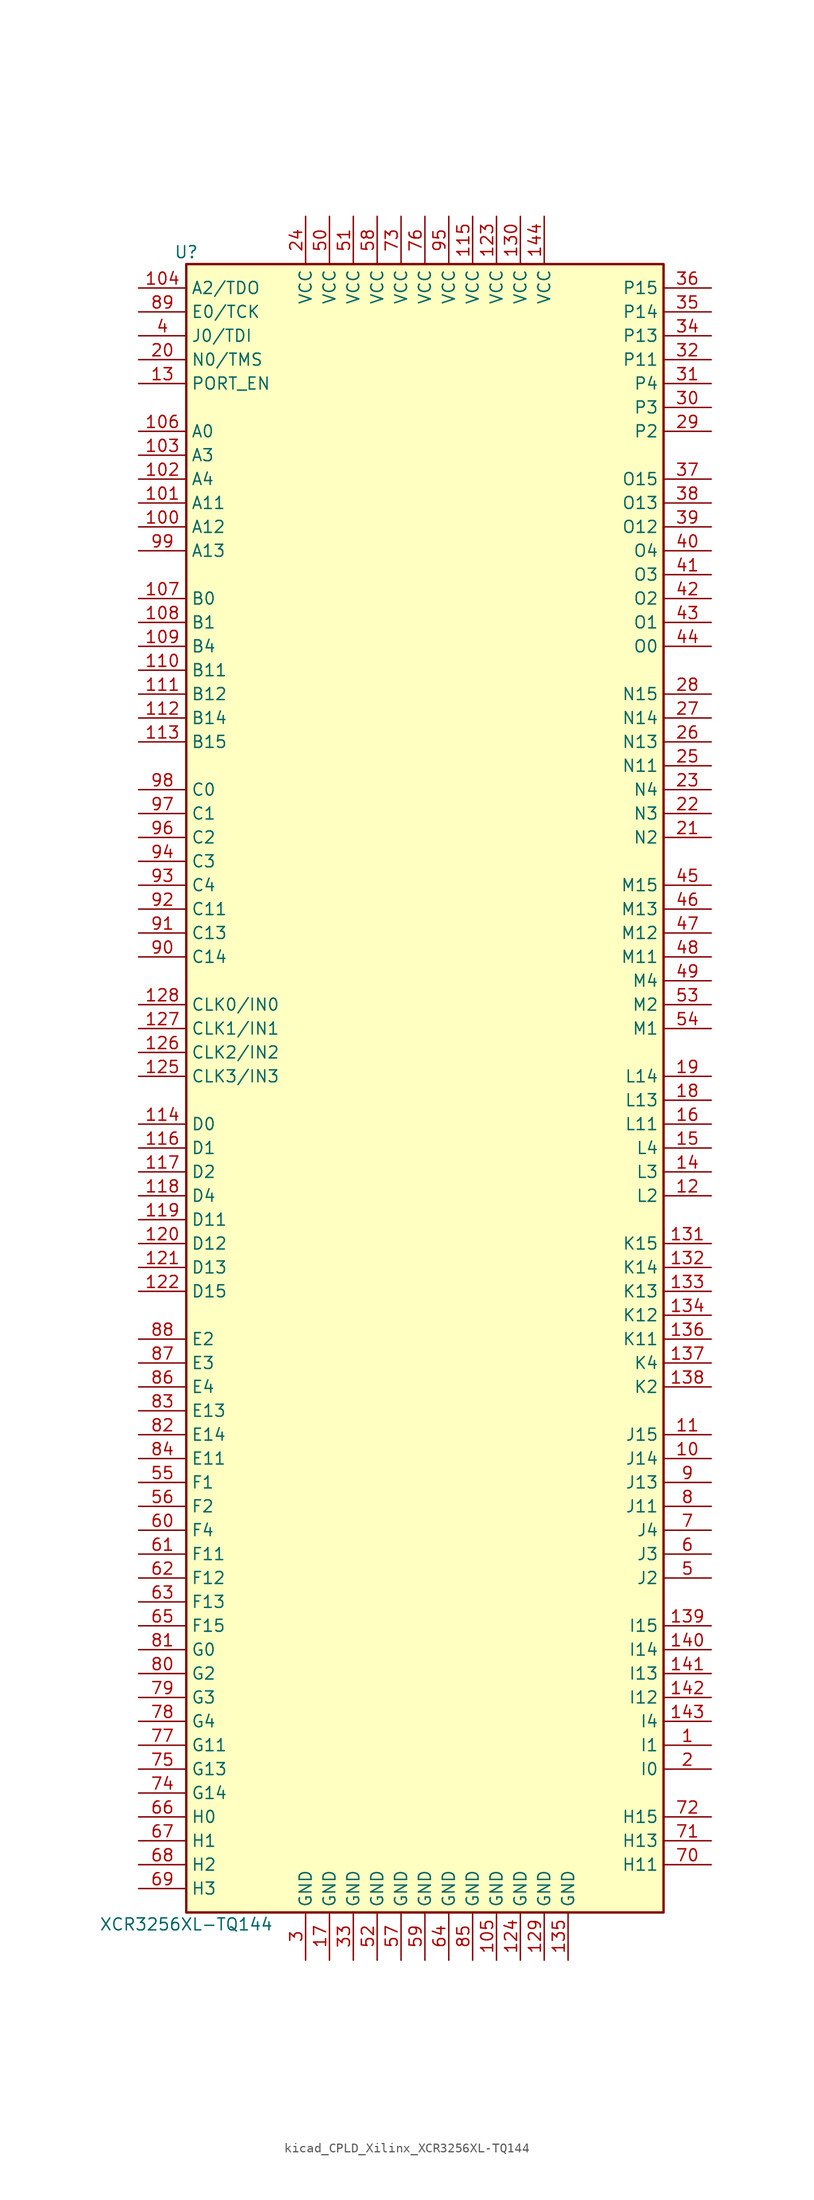
<source format=kicad_sym>
(kicad_symbol_lib
  (version 20220914)
  (generator kicad_symbol_editor)
  (symbol "kicad_CPLD_Xilinx_XCR3256XL-TQ144"
    (property "Reference" "U"
      (at -25.4 87.63 0)
      (effects (font (size 1.27 1.27))))
    (property "Value" "XCR3256XL-TQ144"
      (at -25.4 -90.17 0)
      (effects (font (size 1.27 1.27))))
    (symbol "kicad_CPLD_Xilinx_XCR3256XL-TQ144_1_1"
      (rectangle (start -25.4 86.36) (end 25.4 -88.9) (stroke (width 0.254) (type default)) (fill (type background)))
      (pin passive line (at 30.48 -71.12 180) (length 5.08) (name "I1" (effects (font (size 1.27 1.27)))) (number "1" (effects (font (size 1.27 1.27)))))
      (pin passive line (at 30.48 -40.64 180) (length 5.08) (name "J14" (effects (font (size 1.27 1.27)))) (number "10" (effects (font (size 1.27 1.27)))))
      (pin passive line (at -30.48 58.42 0) (length 5.08) (name "A12" (effects (font (size 1.27 1.27)))) (number "100" (effects (font (size 1.27 1.27)))))
      (pin passive line (at -30.48 60.96 0) (length 5.08) (name "A11" (effects (font (size 1.27 1.27)))) (number "101" (effects (font (size 1.27 1.27)))))
      (pin passive line (at -30.48 63.5 0) (length 5.08) (name "A4" (effects (font (size 1.27 1.27)))) (number "102" (effects (font (size 1.27 1.27)))))
      (pin passive line (at -30.48 66.04 0) (length 5.08) (name "A3" (effects (font (size 1.27 1.27)))) (number "103" (effects (font (size 1.27 1.27)))))
      (pin passive line (at -30.48 83.82 0) (length 5.08) (name "A2/TDO" (effects (font (size 1.27 1.27)))) (number "104" (effects (font (size 1.27 1.27)))))
      (pin power_in line (at 7.62 -93.98 90) (length 5.08) (name "GND" (effects (font (size 1.27 1.27)))) (number "105" (effects (font (size 1.27 1.27)))))
      (pin passive line (at -30.48 68.58 0) (length 5.08) (name "A0" (effects (font (size 1.27 1.27)))) (number "106" (effects (font (size 1.27 1.27)))))
      (pin passive line (at -30.48 50.8 0) (length 5.08) (name "B0" (effects (font (size 1.27 1.27)))) (number "107" (effects (font (size 1.27 1.27)))))
      (pin passive line (at -30.48 48.26 0) (length 5.08) (name "B1" (effects (font (size 1.27 1.27)))) (number "108" (effects (font (size 1.27 1.27)))))
      (pin passive line (at -30.48 45.72 0) (length 5.08) (name "B4" (effects (font (size 1.27 1.27)))) (number "109" (effects (font (size 1.27 1.27)))))
      (pin passive line (at 30.48 -38.1 180) (length 5.08) (name "J15" (effects (font (size 1.27 1.27)))) (number "11" (effects (font (size 1.27 1.27)))))
      (pin passive line (at -30.48 43.18 0) (length 5.08) (name "B11" (effects (font (size 1.27 1.27)))) (number "110" (effects (font (size 1.27 1.27)))))
      (pin passive line (at -30.48 40.64 0) (length 5.08) (name "B12" (effects (font (size 1.27 1.27)))) (number "111" (effects (font (size 1.27 1.27)))))
      (pin passive line (at -30.48 38.1 0) (length 5.08) (name "B14" (effects (font (size 1.27 1.27)))) (number "112" (effects (font (size 1.27 1.27)))))
      (pin passive line (at -30.48 35.56 0) (length 5.08) (name "B15" (effects (font (size 1.27 1.27)))) (number "113" (effects (font (size 1.27 1.27)))))
      (pin passive line (at -30.48 -5.08 0) (length 5.08) (name "D0" (effects (font (size 1.27 1.27)))) (number "114" (effects (font (size 1.27 1.27)))))
      (pin power_in line (at 5.08 91.44 270) (length 5.08) (name "VCC" (effects (font (size 1.27 1.27)))) (number "115" (effects (font (size 1.27 1.27)))))
      (pin passive line (at -30.48 -7.62 0) (length 5.08) (name "D1" (effects (font (size 1.27 1.27)))) (number "116" (effects (font (size 1.27 1.27)))))
      (pin passive line (at -30.48 -10.16 0) (length 5.08) (name "D2" (effects (font (size 1.27 1.27)))) (number "117" (effects (font (size 1.27 1.27)))))
      (pin passive line (at -30.48 -12.7 0) (length 5.08) (name "D4" (effects (font (size 1.27 1.27)))) (number "118" (effects (font (size 1.27 1.27)))))
      (pin passive line (at -30.48 -15.24 0) (length 5.08) (name "D11" (effects (font (size 1.27 1.27)))) (number "119" (effects (font (size 1.27 1.27)))))
      (pin passive line (at 30.48 -12.7 180) (length 5.08) (name "L2" (effects (font (size 1.27 1.27)))) (number "12" (effects (font (size 1.27 1.27)))))
      (pin passive line (at -30.48 -17.78 0) (length 5.08) (name "D12" (effects (font (size 1.27 1.27)))) (number "120" (effects (font (size 1.27 1.27)))))
      (pin passive line (at -30.48 -20.32 0) (length 5.08) (name "D13" (effects (font (size 1.27 1.27)))) (number "121" (effects (font (size 1.27 1.27)))))
      (pin passive line (at -30.48 -22.86 0) (length 5.08) (name "D15" (effects (font (size 1.27 1.27)))) (number "122" (effects (font (size 1.27 1.27)))))
      (pin power_in line (at 7.62 91.44 270) (length 5.08) (name "VCC" (effects (font (size 1.27 1.27)))) (number "123" (effects (font (size 1.27 1.27)))))
      (pin power_in line (at 10.16 -93.98 90) (length 5.08) (name "GND" (effects (font (size 1.27 1.27)))) (number "124" (effects (font (size 1.27 1.27)))))
      (pin input line (at -30.48 0 0) (length 5.08) (name "CLK3/IN3" (effects (font (size 1.27 1.27)))) (number "125" (effects (font (size 1.27 1.27)))))
      (pin input line (at -30.48 2.54 0) (length 5.08) (name "CLK2/IN2" (effects (font (size 1.27 1.27)))) (number "126" (effects (font (size 1.27 1.27)))))
      (pin input line (at -30.48 5.08 0) (length 5.08) (name "CLK1/IN1" (effects (font (size 1.27 1.27)))) (number "127" (effects (font (size 1.27 1.27)))))
      (pin input line (at -30.48 7.62 0) (length 5.08) (name "CLK0/IN0" (effects (font (size 1.27 1.27)))) (number "128" (effects (font (size 1.27 1.27)))))
      (pin power_in line (at 12.7 -93.98 90) (length 5.08) (name "GND" (effects (font (size 1.27 1.27)))) (number "129" (effects (font (size 1.27 1.27)))))
      (pin passive line (at -30.48 73.66 0) (length 5.08) (name "PORT_EN" (effects (font (size 1.27 1.27)))) (number "13" (effects (font (size 1.27 1.27)))))
      (pin power_in line (at 10.16 91.44 270) (length 5.08) (name "VCC" (effects (font (size 1.27 1.27)))) (number "130" (effects (font (size 1.27 1.27)))))
      (pin passive line (at 30.48 -17.78 180) (length 5.08) (name "K15" (effects (font (size 1.27 1.27)))) (number "131" (effects (font (size 1.27 1.27)))))
      (pin passive line (at 30.48 -20.32 180) (length 5.08) (name "K14" (effects (font (size 1.27 1.27)))) (number "132" (effects (font (size 1.27 1.27)))))
      (pin passive line (at 30.48 -22.86 180) (length 5.08) (name "K13" (effects (font (size 1.27 1.27)))) (number "133" (effects (font (size 1.27 1.27)))))
      (pin passive line (at 30.48 -25.4 180) (length 5.08) (name "K12" (effects (font (size 1.27 1.27)))) (number "134" (effects (font (size 1.27 1.27)))))
      (pin power_in line (at 15.24 -93.98 90) (length 5.08) (name "GND" (effects (font (size 1.27 1.27)))) (number "135" (effects (font (size 1.27 1.27)))))
      (pin passive line (at 30.48 -27.94 180) (length 5.08) (name "K11" (effects (font (size 1.27 1.27)))) (number "136" (effects (font (size 1.27 1.27)))))
      (pin passive line (at 30.48 -30.48 180) (length 5.08) (name "K4" (effects (font (size 1.27 1.27)))) (number "137" (effects (font (size 1.27 1.27)))))
      (pin passive line (at 30.48 -33.02 180) (length 5.08) (name "K2" (effects (font (size 1.27 1.27)))) (number "138" (effects (font (size 1.27 1.27)))))
      (pin passive line (at 30.48 -58.42 180) (length 5.08) (name "I15" (effects (font (size 1.27 1.27)))) (number "139" (effects (font (size 1.27 1.27)))))
      (pin passive line (at 30.48 -10.16 180) (length 5.08) (name "L3" (effects (font (size 1.27 1.27)))) (number "14" (effects (font (size 1.27 1.27)))))
      (pin passive line (at 30.48 -60.96 180) (length 5.08) (name "I14" (effects (font (size 1.27 1.27)))) (number "140" (effects (font (size 1.27 1.27)))))
      (pin passive line (at 30.48 -63.5 180) (length 5.08) (name "I13" (effects (font (size 1.27 1.27)))) (number "141" (effects (font (size 1.27 1.27)))))
      (pin passive line (at 30.48 -66.04 180) (length 5.08) (name "I12" (effects (font (size 1.27 1.27)))) (number "142" (effects (font (size 1.27 1.27)))))
      (pin passive line (at 30.48 -68.58 180) (length 5.08) (name "I4" (effects (font (size 1.27 1.27)))) (number "143" (effects (font (size 1.27 1.27)))))
      (pin power_in line (at 12.7 91.44 270) (length 5.08) (name "VCC" (effects (font (size 1.27 1.27)))) (number "144" (effects (font (size 1.27 1.27)))))
      (pin passive line (at 30.48 -7.62 180) (length 5.08) (name "L4" (effects (font (size 1.27 1.27)))) (number "15" (effects (font (size 1.27 1.27)))))
      (pin passive line (at 30.48 -5.08 180) (length 5.08) (name "L11" (effects (font (size 1.27 1.27)))) (number "16" (effects (font (size 1.27 1.27)))))
      (pin power_in line (at -10.16 -93.98 90) (length 5.08) (name "GND" (effects (font (size 1.27 1.27)))) (number "17" (effects (font (size 1.27 1.27)))))
      (pin passive line (at 30.48 -2.54 180) (length 5.08) (name "L13" (effects (font (size 1.27 1.27)))) (number "18" (effects (font (size 1.27 1.27)))))
      (pin passive line (at 30.48 0 180) (length 5.08) (name "L14" (effects (font (size 1.27 1.27)))) (number "19" (effects (font (size 1.27 1.27)))))
      (pin passive line (at 30.48 -73.66 180) (length 5.08) (name "I0" (effects (font (size 1.27 1.27)))) (number "2" (effects (font (size 1.27 1.27)))))
      (pin passive line (at -30.48 76.2 0) (length 5.08) (name "N0/TMS" (effects (font (size 1.27 1.27)))) (number "20" (effects (font (size 1.27 1.27)))))
      (pin passive line (at 30.48 25.4 180) (length 5.08) (name "N2" (effects (font (size 1.27 1.27)))) (number "21" (effects (font (size 1.27 1.27)))))
      (pin passive line (at 30.48 27.94 180) (length 5.08) (name "N3" (effects (font (size 1.27 1.27)))) (number "22" (effects (font (size 1.27 1.27)))))
      (pin passive line (at 30.48 30.48 180) (length 5.08) (name "N4" (effects (font (size 1.27 1.27)))) (number "23" (effects (font (size 1.27 1.27)))))
      (pin power_in line (at -12.7 91.44 270) (length 5.08) (name "VCC" (effects (font (size 1.27 1.27)))) (number "24" (effects (font (size 1.27 1.27)))))
      (pin passive line (at 30.48 33.02 180) (length 5.08) (name "N11" (effects (font (size 1.27 1.27)))) (number "25" (effects (font (size 1.27 1.27)))))
      (pin passive line (at 30.48 35.56 180) (length 5.08) (name "N13" (effects (font (size 1.27 1.27)))) (number "26" (effects (font (size 1.27 1.27)))))
      (pin passive line (at 30.48 38.1 180) (length 5.08) (name "N14" (effects (font (size 1.27 1.27)))) (number "27" (effects (font (size 1.27 1.27)))))
      (pin passive line (at 30.48 40.64 180) (length 5.08) (name "N15" (effects (font (size 1.27 1.27)))) (number "28" (effects (font (size 1.27 1.27)))))
      (pin passive line (at 30.48 68.58 180) (length 5.08) (name "P2" (effects (font (size 1.27 1.27)))) (number "29" (effects (font (size 1.27 1.27)))))
      (pin power_in line (at -12.7 -93.98 90) (length 5.08) (name "GND" (effects (font (size 1.27 1.27)))) (number "3" (effects (font (size 1.27 1.27)))))
      (pin passive line (at 30.48 71.12 180) (length 5.08) (name "P3" (effects (font (size 1.27 1.27)))) (number "30" (effects (font (size 1.27 1.27)))))
      (pin passive line (at 30.48 73.66 180) (length 5.08) (name "P4" (effects (font (size 1.27 1.27)))) (number "31" (effects (font (size 1.27 1.27)))))
      (pin passive line (at 30.48 76.2 180) (length 5.08) (name "P11" (effects (font (size 1.27 1.27)))) (number "32" (effects (font (size 1.27 1.27)))))
      (pin power_in line (at -7.62 -93.98 90) (length 5.08) (name "GND" (effects (font (size 1.27 1.27)))) (number "33" (effects (font (size 1.27 1.27)))))
      (pin passive line (at 30.48 78.74 180) (length 5.08) (name "P13" (effects (font (size 1.27 1.27)))) (number "34" (effects (font (size 1.27 1.27)))))
      (pin passive line (at 30.48 81.28 180) (length 5.08) (name "P14" (effects (font (size 1.27 1.27)))) (number "35" (effects (font (size 1.27 1.27)))))
      (pin passive line (at 30.48 83.82 180) (length 5.08) (name "P15" (effects (font (size 1.27 1.27)))) (number "36" (effects (font (size 1.27 1.27)))))
      (pin passive line (at 30.48 63.5 180) (length 5.08) (name "O15" (effects (font (size 1.27 1.27)))) (number "37" (effects (font (size 1.27 1.27)))))
      (pin passive line (at 30.48 60.96 180) (length 5.08) (name "O13" (effects (font (size 1.27 1.27)))) (number "38" (effects (font (size 1.27 1.27)))))
      (pin passive line (at 30.48 58.42 180) (length 5.08) (name "O12" (effects (font (size 1.27 1.27)))) (number "39" (effects (font (size 1.27 1.27)))))
      (pin passive line (at -30.48 78.74 0) (length 5.08) (name "J0/TDI" (effects (font (size 1.27 1.27)))) (number "4" (effects (font (size 1.27 1.27)))))
      (pin passive line (at 30.48 55.88 180) (length 5.08) (name "O4" (effects (font (size 1.27 1.27)))) (number "40" (effects (font (size 1.27 1.27)))))
      (pin passive line (at 30.48 53.34 180) (length 5.08) (name "O3" (effects (font (size 1.27 1.27)))) (number "41" (effects (font (size 1.27 1.27)))))
      (pin passive line (at 30.48 50.8 180) (length 5.08) (name "O2" (effects (font (size 1.27 1.27)))) (number "42" (effects (font (size 1.27 1.27)))))
      (pin passive line (at 30.48 48.26 180) (length 5.08) (name "O1" (effects (font (size 1.27 1.27)))) (number "43" (effects (font (size 1.27 1.27)))))
      (pin passive line (at 30.48 45.72 180) (length 5.08) (name "O0" (effects (font (size 1.27 1.27)))) (number "44" (effects (font (size 1.27 1.27)))))
      (pin passive line (at 30.48 20.32 180) (length 5.08) (name "M15" (effects (font (size 1.27 1.27)))) (number "45" (effects (font (size 1.27 1.27)))))
      (pin passive line (at 30.48 17.78 180) (length 5.08) (name "M13" (effects (font (size 1.27 1.27)))) (number "46" (effects (font (size 1.27 1.27)))))
      (pin passive line (at 30.48 15.24 180) (length 5.08) (name "M12" (effects (font (size 1.27 1.27)))) (number "47" (effects (font (size 1.27 1.27)))))
      (pin passive line (at 30.48 12.7 180) (length 5.08) (name "M11" (effects (font (size 1.27 1.27)))) (number "48" (effects (font (size 1.27 1.27)))))
      (pin passive line (at 30.48 10.16 180) (length 5.08) (name "M4" (effects (font (size 1.27 1.27)))) (number "49" (effects (font (size 1.27 1.27)))))
      (pin passive line (at 30.48 -53.34 180) (length 5.08) (name "J2" (effects (font (size 1.27 1.27)))) (number "5" (effects (font (size 1.27 1.27)))))
      (pin power_in line (at -10.16 91.44 270) (length 5.08) (name "VCC" (effects (font (size 1.27 1.27)))) (number "50" (effects (font (size 1.27 1.27)))))
      (pin power_in line (at -7.62 91.44 270) (length 5.08) (name "VCC" (effects (font (size 1.27 1.27)))) (number "51" (effects (font (size 1.27 1.27)))))
      (pin power_in line (at -5.08 -93.98 90) (length 5.08) (name "GND" (effects (font (size 1.27 1.27)))) (number "52" (effects (font (size 1.27 1.27)))))
      (pin passive line (at 30.48 7.62 180) (length 5.08) (name "M2" (effects (font (size 1.27 1.27)))) (number "53" (effects (font (size 1.27 1.27)))))
      (pin passive line (at 30.48 5.08 180) (length 5.08) (name "M1" (effects (font (size 1.27 1.27)))) (number "54" (effects (font (size 1.27 1.27)))))
      (pin passive line (at -30.48 -43.18 0) (length 5.08) (name "F1" (effects (font (size 1.27 1.27)))) (number "55" (effects (font (size 1.27 1.27)))))
      (pin passive line (at -30.48 -45.72 0) (length 5.08) (name "F2" (effects (font (size 1.27 1.27)))) (number "56" (effects (font (size 1.27 1.27)))))
      (pin power_in line (at -2.54 -93.98 90) (length 5.08) (name "GND" (effects (font (size 1.27 1.27)))) (number "57" (effects (font (size 1.27 1.27)))))
      (pin power_in line (at -5.08 91.44 270) (length 5.08) (name "VCC" (effects (font (size 1.27 1.27)))) (number "58" (effects (font (size 1.27 1.27)))))
      (pin power_in line (at 0 -93.98 90) (length 5.08) (name "GND" (effects (font (size 1.27 1.27)))) (number "59" (effects (font (size 1.27 1.27)))))
      (pin passive line (at 30.48 -50.8 180) (length 5.08) (name "J3" (effects (font (size 1.27 1.27)))) (number "6" (effects (font (size 1.27 1.27)))))
      (pin passive line (at -30.48 -48.26 0) (length 5.08) (name "F4" (effects (font (size 1.27 1.27)))) (number "60" (effects (font (size 1.27 1.27)))))
      (pin passive line (at -30.48 -50.8 0) (length 5.08) (name "F11" (effects (font (size 1.27 1.27)))) (number "61" (effects (font (size 1.27 1.27)))))
      (pin passive line (at -30.48 -53.34 0) (length 5.08) (name "F12" (effects (font (size 1.27 1.27)))) (number "62" (effects (font (size 1.27 1.27)))))
      (pin passive line (at -30.48 -55.88 0) (length 5.08) (name "F13" (effects (font (size 1.27 1.27)))) (number "63" (effects (font (size 1.27 1.27)))))
      (pin power_in line (at 2.54 -93.98 90) (length 5.08) (name "GND" (effects (font (size 1.27 1.27)))) (number "64" (effects (font (size 1.27 1.27)))))
      (pin passive line (at -30.48 -58.42 0) (length 5.08) (name "F15" (effects (font (size 1.27 1.27)))) (number "65" (effects (font (size 1.27 1.27)))))
      (pin passive line (at -30.48 -78.74 0) (length 5.08) (name "H0" (effects (font (size 1.27 1.27)))) (number "66" (effects (font (size 1.27 1.27)))))
      (pin passive line (at -30.48 -81.28 0) (length 5.08) (name "H1" (effects (font (size 1.27 1.27)))) (number "67" (effects (font (size 1.27 1.27)))))
      (pin passive line (at -30.48 -83.82 0) (length 5.08) (name "H2" (effects (font (size 1.27 1.27)))) (number "68" (effects (font (size 1.27 1.27)))))
      (pin passive line (at -30.48 -86.36 0) (length 5.08) (name "H3" (effects (font (size 1.27 1.27)))) (number "69" (effects (font (size 1.27 1.27)))))
      (pin passive line (at 30.48 -48.26 180) (length 5.08) (name "J4" (effects (font (size 1.27 1.27)))) (number "7" (effects (font (size 1.27 1.27)))))
      (pin passive line (at 30.48 -83.82 180) (length 5.08) (name "H11" (effects (font (size 1.27 1.27)))) (number "70" (effects (font (size 1.27 1.27)))))
      (pin passive line (at 30.48 -81.28 180) (length 5.08) (name "H13" (effects (font (size 1.27 1.27)))) (number "71" (effects (font (size 1.27 1.27)))))
      (pin passive line (at 30.48 -78.74 180) (length 5.08) (name "H15" (effects (font (size 1.27 1.27)))) (number "72" (effects (font (size 1.27 1.27)))))
      (pin power_in line (at -2.54 91.44 270) (length 5.08) (name "VCC" (effects (font (size 1.27 1.27)))) (number "73" (effects (font (size 1.27 1.27)))))
      (pin passive line (at -30.48 -76.2 0) (length 5.08) (name "G14" (effects (font (size 1.27 1.27)))) (number "74" (effects (font (size 1.27 1.27)))))
      (pin passive line (at -30.48 -73.66 0) (length 5.08) (name "G13" (effects (font (size 1.27 1.27)))) (number "75" (effects (font (size 1.27 1.27)))))
      (pin power_in line (at 0 91.44 270) (length 5.08) (name "VCC" (effects (font (size 1.27 1.27)))) (number "76" (effects (font (size 1.27 1.27)))))
      (pin passive line (at -30.48 -71.12 0) (length 5.08) (name "G11" (effects (font (size 1.27 1.27)))) (number "77" (effects (font (size 1.27 1.27)))))
      (pin passive line (at -30.48 -68.58 0) (length 5.08) (name "G4" (effects (font (size 1.27 1.27)))) (number "78" (effects (font (size 1.27 1.27)))))
      (pin passive line (at -30.48 -66.04 0) (length 5.08) (name "G3" (effects (font (size 1.27 1.27)))) (number "79" (effects (font (size 1.27 1.27)))))
      (pin passive line (at 30.48 -45.72 180) (length 5.08) (name "J11" (effects (font (size 1.27 1.27)))) (number "8" (effects (font (size 1.27 1.27)))))
      (pin passive line (at -30.48 -63.5 0) (length 5.08) (name "G2" (effects (font (size 1.27 1.27)))) (number "80" (effects (font (size 1.27 1.27)))))
      (pin input line (at -30.48 -60.96 0) (length 5.08) (name "G0" (effects (font (size 1.27 1.27)))) (number "81" (effects (font (size 1.27 1.27)))))
      (pin passive line (at -30.48 -38.1 0) (length 5.08) (name "E14" (effects (font (size 1.27 1.27)))) (number "82" (effects (font (size 1.27 1.27)))))
      (pin passive line (at -30.48 -35.56 0) (length 5.08) (name "E13" (effects (font (size 1.27 1.27)))) (number "83" (effects (font (size 1.27 1.27)))))
      (pin passive line (at -30.48 -40.64 0) (length 5.08) (name "E11" (effects (font (size 1.27 1.27)))) (number "84" (effects (font (size 1.27 1.27)))))
      (pin power_in line (at 5.08 -93.98 90) (length 5.08) (name "GND" (effects (font (size 1.27 1.27)))) (number "85" (effects (font (size 1.27 1.27)))))
      (pin passive line (at -30.48 -33.02 0) (length 5.08) (name "E4" (effects (font (size 1.27 1.27)))) (number "86" (effects (font (size 1.27 1.27)))))
      (pin passive line (at -30.48 -30.48 0) (length 5.08) (name "E3" (effects (font (size 1.27 1.27)))) (number "87" (effects (font (size 1.27 1.27)))))
      (pin passive line (at -30.48 -27.94 0) (length 5.08) (name "E2" (effects (font (size 1.27 1.27)))) (number "88" (effects (font (size 1.27 1.27)))))
      (pin passive line (at -30.48 81.28 0) (length 5.08) (name "E0/TCK" (effects (font (size 1.27 1.27)))) (number "89" (effects (font (size 1.27 1.27)))))
      (pin passive line (at 30.48 -43.18 180) (length 5.08) (name "J13" (effects (font (size 1.27 1.27)))) (number "9" (effects (font (size 1.27 1.27)))))
      (pin passive line (at -30.48 12.7 0) (length 5.08) (name "C14" (effects (font (size 1.27 1.27)))) (number "90" (effects (font (size 1.27 1.27)))))
      (pin passive line (at -30.48 15.24 0) (length 5.08) (name "C13" (effects (font (size 1.27 1.27)))) (number "91" (effects (font (size 1.27 1.27)))))
      (pin passive line (at -30.48 17.78 0) (length 5.08) (name "C11" (effects (font (size 1.27 1.27)))) (number "92" (effects (font (size 1.27 1.27)))))
      (pin passive line (at -30.48 20.32 0) (length 5.08) (name "C4" (effects (font (size 1.27 1.27)))) (number "93" (effects (font (size 1.27 1.27)))))
      (pin passive line (at -30.48 22.86 0) (length 5.08) (name "C3" (effects (font (size 1.27 1.27)))) (number "94" (effects (font (size 1.27 1.27)))))
      (pin power_in line (at 2.54 91.44 270) (length 5.08) (name "VCC" (effects (font (size 1.27 1.27)))) (number "95" (effects (font (size 1.27 1.27)))))
      (pin passive line (at -30.48 25.4 0) (length 5.08) (name "C2" (effects (font (size 1.27 1.27)))) (number "96" (effects (font (size 1.27 1.27)))))
      (pin passive line (at -30.48 27.94 0) (length 5.08) (name "C1" (effects (font (size 1.27 1.27)))) (number "97" (effects (font (size 1.27 1.27)))))
      (pin passive line (at -30.48 30.48 0) (length 5.08) (name "C0" (effects (font (size 1.27 1.27)))) (number "98" (effects (font (size 1.27 1.27)))))
      (pin passive line (at -30.48 55.88 0) (length 5.08) (name "A13" (effects (font (size 1.27 1.27)))) (number "99" (effects (font (size 1.27 1.27))))))))
</source>
